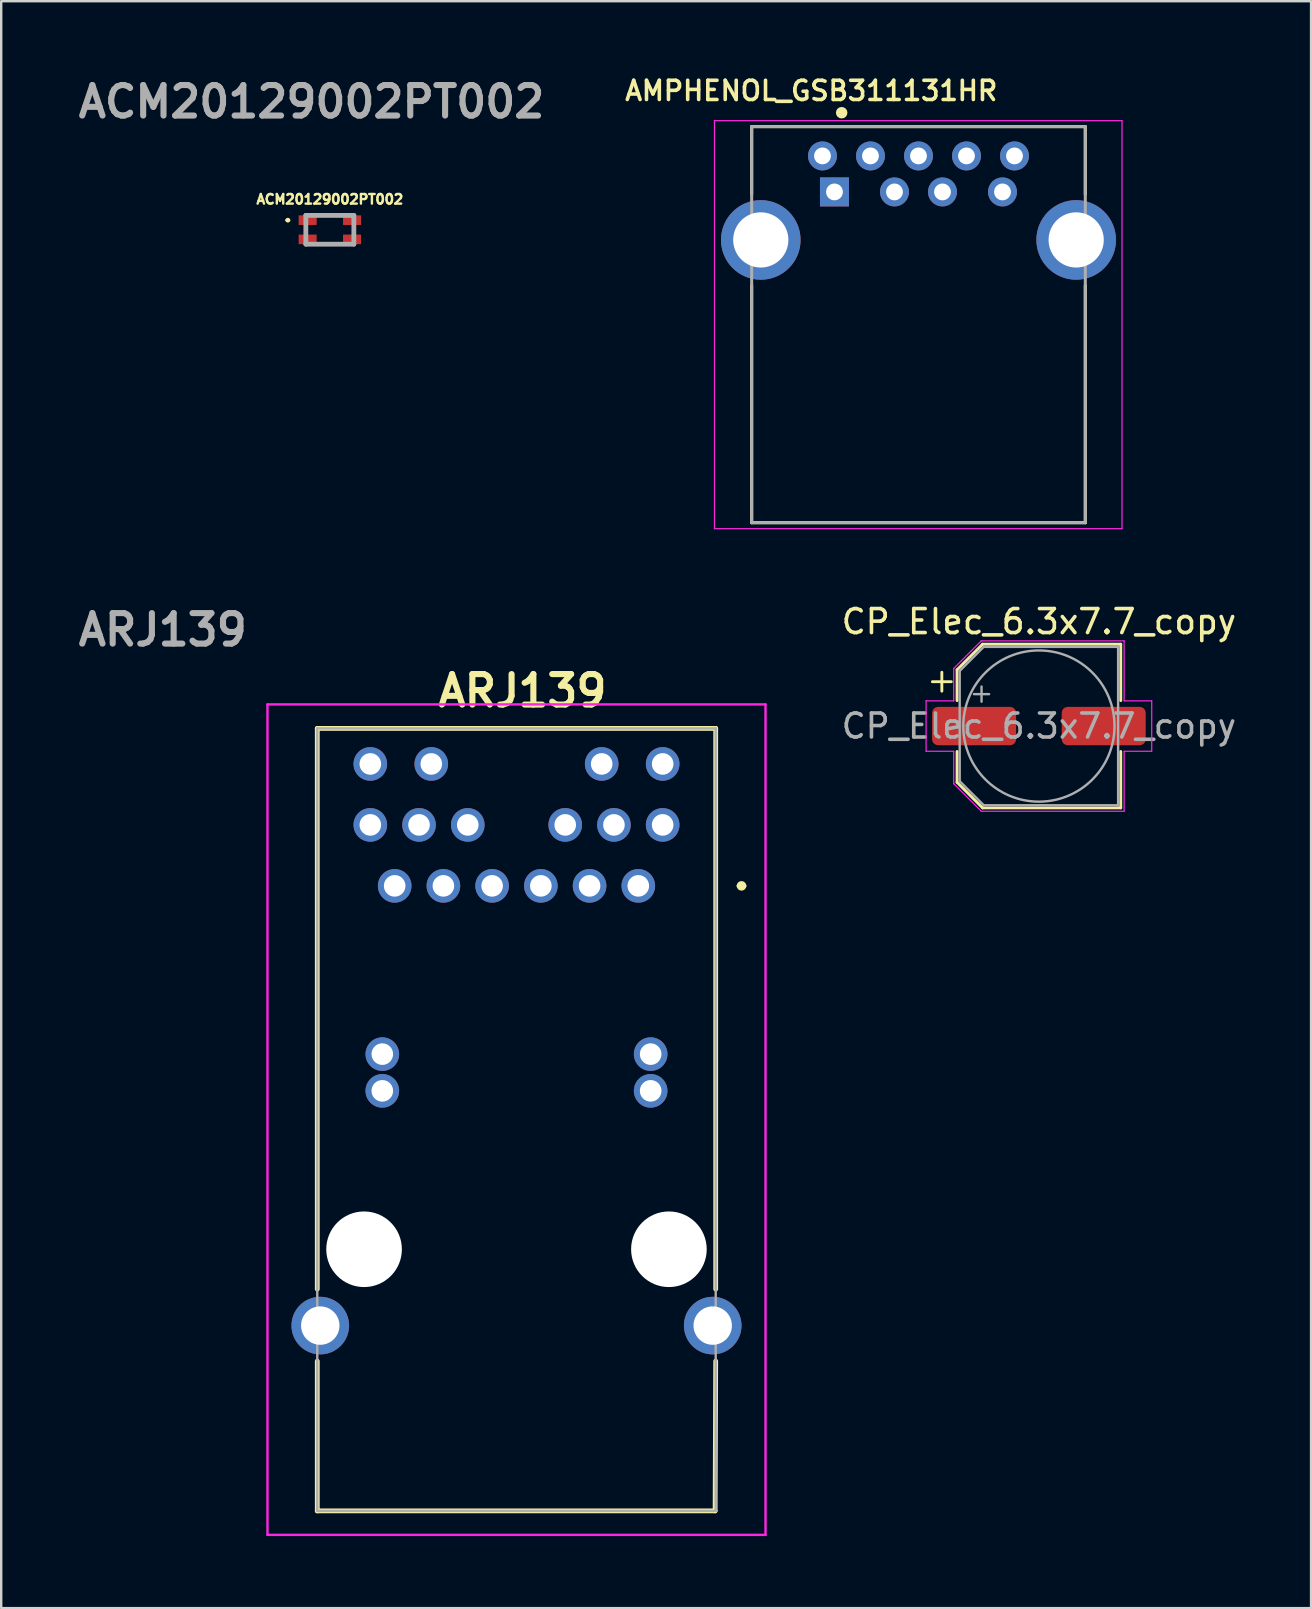
<source format=kicad_pcb>
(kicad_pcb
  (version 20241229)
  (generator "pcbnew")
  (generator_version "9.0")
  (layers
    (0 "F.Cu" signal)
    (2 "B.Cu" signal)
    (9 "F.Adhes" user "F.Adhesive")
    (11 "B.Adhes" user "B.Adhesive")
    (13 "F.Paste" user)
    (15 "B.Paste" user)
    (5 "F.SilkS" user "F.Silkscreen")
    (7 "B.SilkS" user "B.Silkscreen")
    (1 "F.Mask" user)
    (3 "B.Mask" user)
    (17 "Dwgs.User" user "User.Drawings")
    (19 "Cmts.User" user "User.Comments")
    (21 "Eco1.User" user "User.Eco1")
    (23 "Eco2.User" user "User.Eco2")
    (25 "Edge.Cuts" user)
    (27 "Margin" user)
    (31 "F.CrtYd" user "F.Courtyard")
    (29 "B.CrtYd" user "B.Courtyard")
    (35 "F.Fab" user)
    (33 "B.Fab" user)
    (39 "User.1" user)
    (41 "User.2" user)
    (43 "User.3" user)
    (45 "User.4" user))
  (footprint "CP_Elec_6.3x7.7_copy"
    (layer "F.Cu")
    (at 40.233 27.199)
    (property "Reference" "CP_Elec_6.3x7.7_copy" (at 0 -4.35 0) (layer "F.SilkS") (effects (font (size 1 1) (thickness 0.15))))
    (attr smd)
    (fp_line (start -4.438 -1.847) (end -3.65 -1.847) (stroke (width 0.12) (type solid)) (layer "F.SilkS"))
    (fp_line (start -4.044 -2.241) (end -4.044 -1.454) (stroke (width 0.12) (type solid)) (layer "F.SilkS"))
    (fp_line (start -3.41 -2.346) (end -3.41 -1.06) (stroke (width 0.12) (type solid)) (layer "F.SilkS"))
    (fp_line (start -3.41 -2.346) (end -2.346 -3.41) (stroke (width 0.12) (type solid)) (layer "F.SilkS"))
    (fp_line (start -3.41 2.346) (end -3.41 1.06) (stroke (width 0.12) (type solid)) (layer "F.SilkS"))
    (fp_line (start -3.41 2.346) (end -2.346 3.41) (stroke (width 0.12) (type solid)) (layer "F.SilkS"))
    (fp_line (start -2.346 -3.41) (end 3.41 -3.41) (stroke (width 0.12) (type solid)) (layer "F.SilkS"))
    (fp_line (start -2.346 3.41) (end 3.41 3.41) (stroke (width 0.12) (type solid)) (layer "F.SilkS"))
    (fp_line (start 3.41 -3.41) (end 3.41 -1.06) (stroke (width 0.12) (type solid)) (layer "F.SilkS"))
    (fp_line (start 3.41 3.41) (end 3.41 1.06) (stroke (width 0.12) (type solid)) (layer "F.SilkS"))
    (fp_line (start -4.7 -1.05) (end -4.7 1.05) (stroke (width 0.05) (type solid)) (layer "F.CrtYd"))
    (fp_line (start -4.7 1.05) (end -3.55 1.05) (stroke (width 0.05) (type solid)) (layer "F.CrtYd"))
    (fp_line (start -3.55 -2.4) (end -3.55 -1.05) (stroke (width 0.05) (type solid)) (layer "F.CrtYd"))
    (fp_line (start -3.55 -2.4) (end -2.4 -3.55) (stroke (width 0.05) (type solid)) (layer "F.CrtYd"))
    (fp_line (start -3.55 -1.05) (end -4.7 -1.05) (stroke (width 0.05) (type solid)) (layer "F.CrtYd"))
    (fp_line (start -3.55 1.05) (end -3.55 2.4) (stroke (width 0.05) (type solid)) (layer "F.CrtYd"))
    (fp_line (start -3.55 2.4) (end -2.4 3.55) (stroke (width 0.05) (type solid)) (layer "F.CrtYd"))
    (fp_line (start -2.4 -3.55) (end 3.55 -3.55) (stroke (width 0.05) (type solid)) (layer "F.CrtYd"))
    (fp_line (start -2.4 3.55) (end 3.55 3.55) (stroke (width 0.05) (type solid)) (layer "F.CrtYd"))
    (fp_line (start 3.55 -3.55) (end 3.55 -1.05) (stroke (width 0.05) (type solid)) (layer "F.CrtYd"))
    (fp_line (start 3.55 -1.05) (end 4.7 -1.05) (stroke (width 0.05) (type solid)) (layer "F.CrtYd"))
    (fp_line (start 3.55 1.05) (end 3.55 3.55) (stroke (width 0.05) (type solid)) (layer "F.CrtYd"))
    (fp_line (start 4.7 -1.05) (end 4.7 1.05) (stroke (width 0.05) (type solid)) (layer "F.CrtYd"))
    (fp_line (start 4.7 1.05) (end 3.55 1.05) (stroke (width 0.05) (type solid)) (layer "F.CrtYd"))
    (fp_line (start -3.3 -2.3) (end -3.3 2.3) (stroke (width 0.1) (type solid)) (layer "F.Fab"))
    (fp_line (start -3.3 -2.3) (end -2.3 -3.3) (stroke (width 0.1) (type solid)) (layer "F.Fab"))
    (fp_line (start -3.3 2.3) (end -2.3 3.3) (stroke (width 0.1) (type solid)) (layer "F.Fab"))
    (fp_line (start -2.705 -1.33) (end -2.075 -1.33) (stroke (width 0.1) (type solid)) (layer "F.Fab"))
    (fp_line (start -2.39 -1.645) (end -2.39 -1.015) (stroke (width 0.1) (type solid)) (layer "F.Fab"))
    (fp_line (start -2.3 -3.3) (end 3.3 -3.3) (stroke (width 0.1) (type solid)) (layer "F.Fab"))
    (fp_line (start -2.3 3.3) (end 3.3 3.3) (stroke (width 0.1) (type solid)) (layer "F.Fab"))
    (fp_line (start 3.3 -3.3) (end 3.3 3.3) (stroke (width 0.1) (type solid)) (layer "F.Fab"))
    (fp_circle (center 0 0) (end 3.15 0) (stroke (width 0.1) (type solid)) (fill no) (layer "F.Fab"))
    (fp_text user "${REFERENCE}" (at 0 0 0) (layer "F.Fab") (effects (font (size 1 1) (thickness 0.15))))
    (pad "1" smd roundrect (at -2.7 0) (size 3.5 1.6) (layers "F.Cu" "F.Mask" "F.Paste") (roundrect_rratio 0.156))
    (pad "2" smd roundrect (at 2.7 0) (size 3.5 1.6) (layers "F.Cu" "F.Mask" "F.Paste") (roundrect_rratio 0.156)))
  (footprint "AMPHENOL_GSB311131HR"
    (layer "F.Cu")
    (at 35.216 4.946)
    (property "Reference" "AMPHENOL_GSB311131HR" (at -4.466 -4.214 0) (layer "F.SilkS") (effects (font (size 0.801 0.801) (thickness 0.15))))
    (attr through_hole)
    (fp_line (start -6.95 -2.72) (end 6.95 -2.72) (stroke (width 0.127) (type solid)) (layer "F.SilkS"))
    (fp_line (start -6.95 0.1) (end -6.95 -2.72) (stroke (width 0.127) (type solid)) (layer "F.SilkS"))
    (fp_line (start -6.95 13.78) (end -6.95 3.9) (stroke (width 0.127) (type solid)) (layer "F.SilkS"))
    (fp_line (start 6.95 -2.72) (end 6.95 0.1) (stroke (width 0.127) (type solid)) (layer "F.SilkS"))
    (fp_line (start 6.95 3.9) (end 6.95 13.78) (stroke (width 0.127) (type solid)) (layer "F.SilkS"))
    (fp_line (start 6.95 13.78) (end -6.95 13.78) (stroke (width 0.127) (type solid)) (layer "F.SilkS"))
    (fp_circle (center -3.2 -3.3) (end -3.08 -3.3) (stroke (width 0.24) (type solid)) (fill no) (layer "F.SilkS"))
    (fp_line (start -8.5 -2.97) (end 8.48 -2.97) (stroke (width 0.05) (type solid)) (layer "F.CrtYd"))
    (fp_line (start -8.5 14.03) (end -8.5 -2.97) (stroke (width 0.05) (type solid)) (layer "F.CrtYd"))
    (fp_line (start 8.48 -2.97) (end 8.48 14.03) (stroke (width 0.05) (type solid)) (layer "F.CrtYd"))
    (fp_line (start 8.48 14.03) (end -8.5 14.03) (stroke (width 0.05) (type solid)) (layer "F.CrtYd"))
    (fp_line (start -6.95 -2.72) (end 6.95 -2.72) (stroke (width 0.127) (type solid)) (layer "F.Fab"))
    (fp_line (start -6.95 13.78) (end -6.95 -2.72) (stroke (width 0.127) (type solid)) (layer "F.Fab"))
    (fp_line (start 6.95 -2.72) (end 6.95 13.78) (stroke (width 0.127) (type solid)) (layer "F.Fab"))
    (fp_line (start 6.95 13.78) (end -6.95 13.78) (stroke (width 0.127) (type solid)) (layer "F.Fab"))
    (pad "1" thru_hole rect (at -3.5 0) (size 1.208 1.208) (drill 0.7) (layers "*.Cu" "*.Mask"))
    (pad "2" thru_hole circle (at -1 0) (size 1.208 1.208) (drill 0.7) (layers "*.Cu" "*.Mask"))
    (pad "3" thru_hole circle (at 1 0) (size 1.208 1.208) (drill 0.7) (layers "*.Cu" "*.Mask"))
    (pad "4" thru_hole circle (at 3.5 0) (size 1.208 1.208) (drill 0.7) (layers "*.Cu" "*.Mask"))
    (pad "5" thru_hole circle (at 4 -1.5) (size 1.208 1.208) (drill 0.7) (layers "*.Cu" "*.Mask"))
    (pad "6" thru_hole circle (at 2 -1.5) (size 1.208 1.208) (drill 0.7) (layers "*.Cu" "*.Mask"))
    (pad "7" thru_hole circle (at 0 -1.5) (size 1.208 1.208) (drill 0.7) (layers "*.Cu" "*.Mask"))
    (pad "8" thru_hole circle (at -2 -1.5) (size 1.208 1.208) (drill 0.7) (layers "*.Cu" "*.Mask"))
    (pad "9" thru_hole circle (at -4 -1.5) (size 1.208 1.208) (drill 0.7) (layers "*.Cu" "*.Mask"))
    (pad "10" thru_hole circle (at -6.57 2) (size 3.316 3.316) (drill 2.3) (layers "*.Cu" "*.Mask"))
    (pad "11" thru_hole circle (at 6.57 2) (size 3.316 3.316) (drill 2.3) (layers "*.Cu" "*.Mask")))
  (footprint "ARJ139"
    (layer "F.Cu")
    (at 23.543 33.857)
    (property "Reference" "ARJ139" (at -4.826 -8.128 0) (layer "F.SilkS") (effects (font (size 1.27 1.27) (thickness 0.254))))
    (attr through_hole)
    (fp_line (start -13.375 -6.56) (end 3.225 -6.56) (stroke (width 0.2) (type solid)) (layer "F.SilkS"))
    (fp_line (start -13.375 16.8) (end -13.375 -6.56) (stroke (width 0.2) (type solid)) (layer "F.SilkS"))
    (fp_line (start -13.375 26.04) (end -13.375 19.8) (stroke (width 0.2) (type solid)) (layer "F.SilkS"))
    (fp_line (start 3.2 26.04) (end -13.375 26.04) (stroke (width 0.2) (type solid)) (layer "F.SilkS"))
    (fp_line (start 3.225 -6.56) (end 3.225 16.8) (stroke (width 0.2) (type solid)) (layer "F.SilkS"))
    (fp_line (start 3.225 19.8) (end 3.2 26.04) (stroke (width 0.2) (type solid)) (layer "F.SilkS"))
    (fp_line (start 4.2 0) (end 4.2 0) (stroke (width 0.2) (type solid)) (layer "F.SilkS"))
    (fp_line (start 4.4 0) (end 4.4 0) (stroke (width 0.2) (type solid)) (layer "F.SilkS"))
    (fp_arc (start 4.2 0) (mid 4.3 -0.1) (end 4.4 0) (stroke (width 0.2) (type solid)) (layer "F.SilkS"))
    (fp_arc (start 4.4 0) (mid 4.3 0.1) (end 4.2 0) (stroke (width 0.2) (type solid)) (layer "F.SilkS"))
    (fp_line (start -15.45 -7.56) (end 5.3 -7.56) (stroke (width 0.1) (type solid)) (layer "F.CrtYd"))
    (fp_line (start -15.45 27.04) (end -15.45 -7.56) (stroke (width 0.1) (type solid)) (layer "F.CrtYd"))
    (fp_line (start 5.3 -7.56) (end 5.3 27.04) (stroke (width 0.1) (type solid)) (layer "F.CrtYd"))
    (fp_line (start 5.3 27.04) (end -15.45 27.04) (stroke (width 0.1) (type solid)) (layer "F.CrtYd"))
    (fp_line (start -13.375 -6.56) (end 3.225 -6.56) (stroke (width 0.1) (type solid)) (layer "F.Fab"))
    (fp_line (start -13.375 26.04) (end -13.375 -6.56) (stroke (width 0.1) (type solid)) (layer "F.Fab"))
    (fp_line (start 3.225 -6.56) (end 3.225 26.04) (stroke (width 0.1) (type solid)) (layer "F.Fab"))
    (fp_line (start 3.225 26.04) (end -13.375 26.04) (stroke (width 0.1) (type solid)) (layer "F.Fab"))
    (fp_text user "${REFERENCE}" (at -19.812 -10.668 0) (layer "F.Fab") (effects (font (size 1.27 1.27) (thickness 0.254))))
    (pad "" np_thru_hole circle (at -11.425 15.14) (size 3.15 3.15) (drill 3.15) (layers "*.Cu" "*.Mask"))
    (pad "" np_thru_hole circle (at 1.275 15.14) (size 3.15 3.15) (drill 3.15) (layers "*.Cu" "*.Mask"))
    (pad "1" thru_hole circle (at 0 0) (size 1.4 1.4) (drill 0.9) (layers "*.Cu" "*.Mask"))
    (pad "2" thru_hole circle (at -2.03 0) (size 1.4 1.4) (drill 0.9) (layers "*.Cu" "*.Mask"))
    (pad "3" thru_hole circle (at -4.06 0) (size 1.4 1.4) (drill 0.9) (layers "*.Cu" "*.Mask"))
    (pad "4" thru_hole circle (at -6.09 0) (size 1.4 1.4) (drill 0.9) (layers "*.Cu" "*.Mask"))
    (pad "5" thru_hole circle (at -8.12 0) (size 1.4 1.4) (drill 0.9) (layers "*.Cu" "*.Mask"))
    (pad "6" thru_hole circle (at -10.15 0) (size 1.4 1.4) (drill 0.9) (layers "*.Cu" "*.Mask"))
    (pad "7" thru_hole circle (at 1.015 -2.54) (size 1.4 1.4) (drill 0.9) (layers "*.Cu" "*.Mask"))
    (pad "8" thru_hole circle (at -1.015 -2.54) (size 1.4 1.4) (drill 0.9) (layers "*.Cu" "*.Mask"))
    (pad "9" thru_hole circle (at -3.045 -2.54) (size 1.4 1.4) (drill 0.9) (layers "*.Cu" "*.Mask"))
    (pad "10" thru_hole circle (at -7.105 -2.54) (size 1.4 1.4) (drill 0.9) (layers "*.Cu" "*.Mask"))
    (pad "11" thru_hole circle (at -9.135 -2.54) (size 1.4 1.4) (drill 0.9) (layers "*.Cu" "*.Mask"))
    (pad "12" thru_hole circle (at -11.165 -2.54) (size 1.4 1.4) (drill 0.9) (layers "*.Cu" "*.Mask"))
    (pad "13" thru_hole circle (at 0.515 7.01) (size 1.4 1.4) (drill 0.9) (layers "*.Cu" "*.Mask"))
    (pad "14" thru_hole circle (at -10.665 7.01) (size 1.4 1.4) (drill 0.9) (layers "*.Cu" "*.Mask"))
    (pad "15" thru_hole circle (at 0.515 8.54) (size 1.4 1.4) (drill 0.9) (layers "*.Cu" "*.Mask"))
    (pad "16" thru_hole circle (at -10.665 8.54) (size 1.4 1.4) (drill 0.9) (layers "*.Cu" "*.Mask"))
    (pad "17" thru_hole circle (at 1.015 -5.08) (size 1.4 1.4) (drill 0.9) (layers "*.Cu" "*.Mask"))
    (pad "18" thru_hole circle (at -1.525 -5.08) (size 1.4 1.4) (drill 0.9) (layers "*.Cu" "*.Mask"))
    (pad "19" thru_hole circle (at -8.625 -5.08) (size 1.4 1.4) (drill 0.9) (layers "*.Cu" "*.Mask"))
    (pad "20" thru_hole circle (at -11.165 -5.08) (size 1.4 1.4) (drill 0.9) (layers "*.Cu" "*.Mask"))
    (pad "MH1" thru_hole circle (at 3.1 18.32) (size 2.4 2.4) (drill 1.6) (layers "*.Cu" "*.Mask"))
    (pad "MH2" thru_hole circle (at -13.25 18.32) (size 2.4 2.4) (drill 1.6) (layers "*.Cu" "*.Mask")))
  (footprint "ACM20129002PT002"
    (layer "F.Cu")
    (at 10.692 6.523)
    (property "Reference" "ACM20129002PT002" (at 0 -1.27 0) (layer "F.SilkS") (effects (font (size 0.4 0.4) (thickness 0.1))))
    (attr smd)
    (fp_line (start -1.8 -0.4) (end -1.8 -0.4) (stroke (width 0.1) (type solid)) (layer "F.SilkS"))
    (fp_line (start -1.7 -0.4) (end -1.7 -0.4) (stroke (width 0.1) (type solid)) (layer "F.SilkS"))
    (fp_arc (start -1.8 -0.4) (mid -1.75 -0.45) (end -1.7 -0.4) (stroke (width 0.1) (type solid)) (layer "F.SilkS"))
    (fp_arc (start -1.7 -0.4) (mid -1.75 -0.35) (end -1.8 -0.4) (stroke (width 0.1) (type solid)) (layer "F.SilkS"))
    (fp_line (start -1 -0.6) (end 1 -0.6) (stroke (width 0.2) (type solid)) (layer "F.Fab"))
    (fp_line (start -1 0.6) (end -1 -0.6) (stroke (width 0.2) (type solid)) (layer "F.Fab"))
    (fp_line (start 1 -0.6) (end 1 0.6) (stroke (width 0.2) (type solid)) (layer "F.Fab"))
    (fp_line (start 1 0.6) (end -1 0.6) (stroke (width 0.2) (type solid)) (layer "F.Fab"))
    (fp_text user "${REFERENCE}" (at -0.762 -5.334 0) (layer "F.Fab") (effects (font (size 1.27 1.27) (thickness 0.254))))
    (pad "1" smd rect (at -0.925 -0.4 90) (size 0.4 0.75) (layers "F.Cu" "F.Mask" "F.Paste"))
    (pad "2" smd rect (at -0.925 0.4 90) (size 0.4 0.75) (layers "F.Cu" "F.Mask" "F.Paste"))
    (pad "3" smd rect (at 0.925 0.4 90) (size 0.4 0.75) (layers "F.Cu" "F.Mask" "F.Paste"))
    (pad "4" smd rect (at 0.925 -0.4 90) (size 0.4 0.75) (layers "F.Cu" "F.Mask" "F.Paste")))
  (gr_rect
    (start -3 -3)
    (end 51.572 63.947)
    (stroke (width 0.1) (type default))
    (fill no)
    (layer "Edge.Cuts")))
</source>
